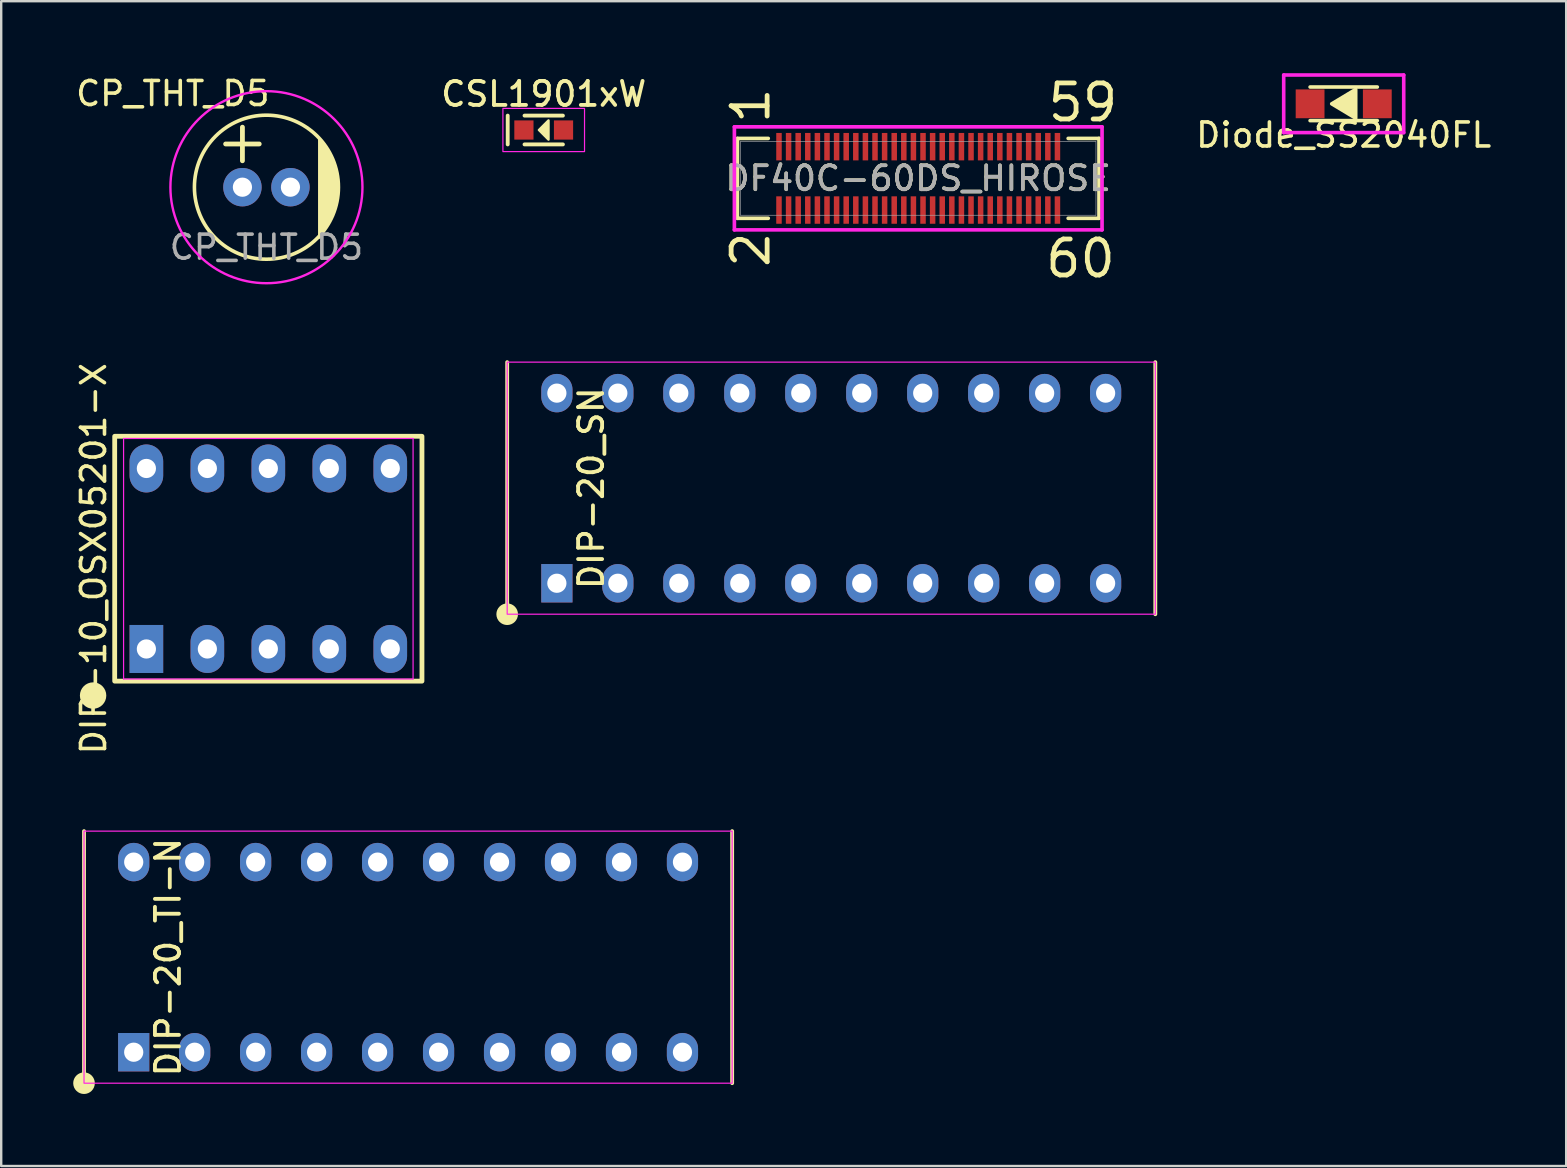
<source format=kicad_pcb>
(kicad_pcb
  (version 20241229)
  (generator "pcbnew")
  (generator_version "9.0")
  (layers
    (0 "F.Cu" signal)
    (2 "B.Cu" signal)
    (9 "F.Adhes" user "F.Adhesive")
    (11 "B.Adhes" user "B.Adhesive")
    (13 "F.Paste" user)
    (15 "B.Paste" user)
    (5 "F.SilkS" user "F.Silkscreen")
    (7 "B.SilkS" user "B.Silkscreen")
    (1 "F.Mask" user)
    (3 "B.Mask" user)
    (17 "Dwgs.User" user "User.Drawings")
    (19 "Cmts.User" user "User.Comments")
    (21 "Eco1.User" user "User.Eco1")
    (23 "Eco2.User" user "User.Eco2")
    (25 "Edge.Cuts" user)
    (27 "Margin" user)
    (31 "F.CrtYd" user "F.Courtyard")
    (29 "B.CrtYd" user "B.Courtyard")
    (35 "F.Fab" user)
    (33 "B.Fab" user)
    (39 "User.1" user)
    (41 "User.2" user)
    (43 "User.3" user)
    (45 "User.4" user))
  (footprint "CP_THT_D5"
    (layer "F.Cu")
    (at 8.049 4.748)
    (property "Reference" "CP_THT_D5" (at -3.9 -3.9 0) (unlocked yes) (layer "F.SilkS") (effects (font (size 1 1) (thickness 0.15))))
    (attr through_hole)
    (fp_line (start -1.7 -1.8) (end -0.3 -1.8) (stroke (width 0.2) (type default)) (layer "F.SilkS"))
    (fp_line (start -1 -2.5) (end -1 -1.1) (stroke (width 0.2) (type default)) (layer "F.SilkS"))
    (fp_circle (center 0 0) (end 3 0) (stroke (width 0.15) (type default)) (fill no) (layer "F.SilkS"))
    (fp_poly (pts (xy 3 0) (xy 2.8 -1) (xy 2.2 -2) (xy 2.2 2.1) (xy 2.8 1)) (stroke (width 0.1) (type solid)) (fill yes) (layer "F.SilkS"))
    (fp_circle (center 0 0) (end 4 0) (stroke (width 0.1) (type default)) (fill no) (layer "F.CrtYd"))
    (fp_text user "${REFERENCE}" (at 0 2.5 0) (unlocked yes) (layer "F.Fab") (effects (font (size 1 1) (thickness 0.15))))
    (pad "1" thru_hole circle (at -1 0) (size 1.6 1.6) (drill 0.8) (layers "*.Cu" "*.Mask"))
    (pad "2" thru_hole circle (at 1 0) (size 1.6 1.6) (drill 0.8) (layers "*.Cu" "*.Mask")))
  (footprint "CSL1901xW"
    (layer "F.Cu")
    (at 19.6 2.366)
    (property "Reference" "CSL1901xW" (at 0 -1.5 0) (unlocked yes) (layer "F.SilkS") (effects (font (size 1 1) (thickness 0.16))))
    (attr smd)
    (fp_line (start -1.5 -0.6) (end -1.5 0.6) (stroke (width 0.16) (type solid)) (layer "F.SilkS"))
    (fp_line (start -0.8 -0.6) (end 0.8 -0.6) (stroke (width 0.16) (type solid)) (layer "F.SilkS"))
    (fp_line (start -0.8 0.6) (end 0.8 0.6) (stroke (width 0.16) (type solid)) (layer "F.SilkS"))
    (fp_poly (pts (xy -0.2 0) (xy 0.2 -0.4) (xy 0.2 0.4)) (stroke (width 0.1) (type solid)) (fill yes) (layer "F.SilkS"))
    (fp_rect (start -1.7 -0.9) (end 1.7 0.9) (stroke (width 0.05) (type solid)) (fill no) (layer "F.CrtYd"))
    (pad "1" smd rect (at -0.825 0) (size 0.8 0.8) (layers "F.Cu" "F.Mask" "F.Paste"))
    (pad "2" smd rect (at 0.825 0) (size 0.8 0.8) (layers "F.Cu" "F.Mask" "F.Paste")))
  (footprint "DF40C-60DS_HIROSE"
    (layer "F.Cu")
    (at 29.401 5.7)
    (property "Reference" "DF40C-60DS_HIROSE" (at 5.8 -1.32 0) (unlocked yes) (layer "F.SilkS") (effects (font (size 1 1) (thickness 0.15))))
    (attr smd)
    (fp_line (start -1.731 -2.984) (end -1.731 0.344) (stroke (width 0.152) (type solid)) (layer "F.SilkS"))
    (fp_line (start -1.731 0.344) (end -0.447 0.344) (stroke (width 0.152) (type solid)) (layer "F.SilkS"))
    (fp_line (start -0.447 -2.984) (end -1.731 -2.984) (stroke (width 0.152) (type solid)) (layer "F.SilkS"))
    (fp_line (start 12.047 0.344) (end 13.331 0.344) (stroke (width 0.152) (type solid)) (layer "F.SilkS"))
    (fp_line (start 13.331 -2.984) (end 12.047 -2.984) (stroke (width 0.152) (type solid)) (layer "F.SilkS"))
    (fp_line (start 13.331 0.344) (end 13.331 -2.984) (stroke (width 0.152) (type solid)) (layer "F.SilkS"))
    (fp_line (start -1.858 -3.466) (end -1.858 0.826) (stroke (width 0.152) (type solid)) (layer "F.CrtYd"))
    (fp_line (start -1.858 0.826) (end 13.458 0.826) (stroke (width 0.152) (type solid)) (layer "F.CrtYd"))
    (fp_line (start 13.458 -3.466) (end -1.858 -3.466) (stroke (width 0.152) (type solid)) (layer "F.CrtYd"))
    (fp_line (start 13.458 0.826) (end 13.458 -3.466) (stroke (width 0.152) (type solid)) (layer "F.CrtYd"))
    (fp_line (start -1.604 -2.857) (end -1.604 0.217) (stroke (width 0.025) (type solid)) (layer "F.Fab"))
    (fp_line (start -1.604 0.217) (end 13.204 0.217) (stroke (width 0.025) (type solid)) (layer "F.Fab"))
    (fp_line (start 13.204 -2.857) (end -1.604 -2.857) (stroke (width 0.025) (type solid)) (layer "F.Fab"))
    (fp_line (start 13.204 0.217) (end 13.204 -2.857) (stroke (width 0.025) (type solid)) (layer "F.Fab"))
    (fp_text user "59" (at 11.1 -3.6 0) (unlocked yes) (layer "F.SilkS") (effects (font (size 1.5 1.5) (thickness 0.2)) (justify left bottom)))
    (fp_text user "60" (at 11 2.9 0) (unlocked yes) (layer "F.SilkS") (effects (font (size 1.5 1.5) (thickness 0.2)) (justify left bottom)))
    (fp_text user "2" (at -0.3 2.5 90) (unlocked yes) (layer "F.SilkS") (effects (font (size 1.5 1.5) (thickness 0.2)) (justify left bottom)))
    (fp_text user "1" (at -0.3 -3.5 90) (unlocked yes) (layer "F.SilkS") (effects (font (size 1.5 1.5) (thickness 0.2)) (justify left bottom)))
    (fp_text user "${REFERENCE}" (at 5.8 -1.32 0) (unlocked yes) (layer "F.Fab") (effects (font (size 1 1) (thickness 0.15))))
    (pad "1" smd rect (at 0 -2.64) (size 0.229 1.143) (layers "F.Cu" "F.Mask" "F.Paste"))
    (pad "2" smd rect (at 0 0) (size 0.229 1.143) (layers "F.Cu" "F.Mask" "F.Paste"))
    (pad "3" smd rect (at 0.4 -2.64) (size 0.229 1.143) (layers "F.Cu" "F.Mask" "F.Paste"))
    (pad "4" smd rect (at 0.4 0) (size 0.229 1.143) (layers "F.Cu" "F.Mask" "F.Paste"))
    (pad "5" smd rect (at 0.8 -2.64) (size 0.229 1.143) (layers "F.Cu" "F.Mask" "F.Paste"))
    (pad "6" smd rect (at 0.8 0) (size 0.229 1.143) (layers "F.Cu" "F.Mask" "F.Paste"))
    (pad "7" smd rect (at 1.2 -2.64) (size 0.229 1.143) (layers "F.Cu" "F.Mask" "F.Paste"))
    (pad "8" smd rect (at 1.2 0) (size 0.229 1.143) (layers "F.Cu" "F.Mask" "F.Paste"))
    (pad "9" smd rect (at 1.6 -2.64) (size 0.229 1.143) (layers "F.Cu" "F.Mask" "F.Paste"))
    (pad "10" smd rect (at 1.6 0) (size 0.229 1.143) (layers "F.Cu" "F.Mask" "F.Paste"))
    (pad "11" smd rect (at 2 -2.64) (size 0.229 1.143) (layers "F.Cu" "F.Mask" "F.Paste"))
    (pad "12" smd rect (at 2 0) (size 0.229 1.143) (layers "F.Cu" "F.Mask" "F.Paste"))
    (pad "13" smd rect (at 2.4 -2.64) (size 0.229 1.143) (layers "F.Cu" "F.Mask" "F.Paste"))
    (pad "14" smd rect (at 2.4 0) (size 0.229 1.143) (layers "F.Cu" "F.Mask" "F.Paste"))
    (pad "15" smd rect (at 2.8 -2.64) (size 0.229 1.143) (layers "F.Cu" "F.Mask" "F.Paste"))
    (pad "16" smd rect (at 2.8 0) (size 0.229 1.143) (layers "F.Cu" "F.Mask" "F.Paste"))
    (pad "17" smd rect (at 3.2 -2.64) (size 0.229 1.143) (layers "F.Cu" "F.Mask" "F.Paste"))
    (pad "18" smd rect (at 3.2 0) (size 0.229 1.143) (layers "F.Cu" "F.Mask" "F.Paste"))
    (pad "19" smd rect (at 3.6 -2.64) (size 0.229 1.143) (layers "F.Cu" "F.Mask" "F.Paste"))
    (pad "20" smd rect (at 3.6 0) (size 0.229 1.143) (layers "F.Cu" "F.Mask" "F.Paste"))
    (pad "21" smd rect (at 4 -2.64) (size 0.229 1.143) (layers "F.Cu" "F.Mask" "F.Paste"))
    (pad "22" smd rect (at 4 0) (size 0.229 1.143) (layers "F.Cu" "F.Mask" "F.Paste"))
    (pad "23" smd rect (at 4.4 -2.64) (size 0.229 1.143) (layers "F.Cu" "F.Mask" "F.Paste"))
    (pad "24" smd rect (at 4.4 0) (size 0.229 1.143) (layers "F.Cu" "F.Mask" "F.Paste"))
    (pad "25" smd rect (at 4.8 -2.64) (size 0.229 1.143) (layers "F.Cu" "F.Mask" "F.Paste"))
    (pad "26" smd rect (at 4.8 0) (size 0.229 1.143) (layers "F.Cu" "F.Mask" "F.Paste"))
    (pad "27" smd rect (at 5.2 -2.64) (size 0.229 1.143) (layers "F.Cu" "F.Mask" "F.Paste"))
    (pad "28" smd rect (at 5.2 0) (size 0.229 1.143) (layers "F.Cu" "F.Mask" "F.Paste"))
    (pad "29" smd rect (at 5.6 -2.64) (size 0.229 1.143) (layers "F.Cu" "F.Mask" "F.Paste"))
    (pad "30" smd rect (at 5.6 0) (size 0.229 1.143) (layers "F.Cu" "F.Mask" "F.Paste"))
    (pad "31" smd rect (at 6 -2.64) (size 0.229 1.143) (layers "F.Cu" "F.Mask" "F.Paste"))
    (pad "32" smd rect (at 6 0) (size 0.229 1.143) (layers "F.Cu" "F.Mask" "F.Paste"))
    (pad "33" smd rect (at 6.4 -2.64) (size 0.229 1.143) (layers "F.Cu" "F.Mask" "F.Paste"))
    (pad "34" smd rect (at 6.4 0) (size 0.229 1.143) (layers "F.Cu" "F.Mask" "F.Paste"))
    (pad "35" smd rect (at 6.8 -2.64) (size 0.229 1.143) (layers "F.Cu" "F.Mask" "F.Paste"))
    (pad "36" smd rect (at 6.8 0) (size 0.229 1.143) (layers "F.Cu" "F.Mask" "F.Paste"))
    (pad "37" smd rect (at 7.2 -2.64) (size 0.229 1.143) (layers "F.Cu" "F.Mask" "F.Paste"))
    (pad "38" smd rect (at 7.2 0) (size 0.229 1.143) (layers "F.Cu" "F.Mask" "F.Paste"))
    (pad "39" smd rect (at 7.6 -2.64) (size 0.229 1.143) (layers "F.Cu" "F.Mask" "F.Paste"))
    (pad "40" smd rect (at 7.6 0) (size 0.229 1.143) (layers "F.Cu" "F.Mask" "F.Paste"))
    (pad "41" smd rect (at 8 -2.64) (size 0.229 1.143) (layers "F.Cu" "F.Mask" "F.Paste"))
    (pad "42" smd rect (at 8 0) (size 0.229 1.143) (layers "F.Cu" "F.Mask" "F.Paste"))
    (pad "43" smd rect (at 8.4 -2.64) (size 0.229 1.143) (layers "F.Cu" "F.Mask" "F.Paste"))
    (pad "44" smd rect (at 8.4 0) (size 0.229 1.143) (layers "F.Cu" "F.Mask" "F.Paste"))
    (pad "45" smd rect (at 8.8 -2.64) (size 0.229 1.143) (layers "F.Cu" "F.Mask" "F.Paste"))
    (pad "46" smd rect (at 8.8 0) (size 0.229 1.143) (layers "F.Cu" "F.Mask" "F.Paste"))
    (pad "47" smd rect (at 9.2 -2.64) (size 0.229 1.143) (layers "F.Cu" "F.Mask" "F.Paste"))
    (pad "48" smd rect (at 9.2 0) (size 0.229 1.143) (layers "F.Cu" "F.Mask" "F.Paste"))
    (pad "49" smd rect (at 9.6 -2.64) (size 0.229 1.143) (layers "F.Cu" "F.Mask" "F.Paste"))
    (pad "50" smd rect (at 9.6 0) (size 0.229 1.143) (layers "F.Cu" "F.Mask" "F.Paste"))
    (pad "51" smd rect (at 10 -2.64) (size 0.229 1.143) (layers "F.Cu" "F.Mask" "F.Paste"))
    (pad "52" smd rect (at 10 0) (size 0.229 1.143) (layers "F.Cu" "F.Mask" "F.Paste"))
    (pad "53" smd rect (at 10.4 -2.64) (size 0.229 1.143) (layers "F.Cu" "F.Mask" "F.Paste"))
    (pad "54" smd rect (at 10.4 0) (size 0.229 1.143) (layers "F.Cu" "F.Mask" "F.Paste"))
    (pad "55" smd rect (at 10.8 -2.64) (size 0.229 1.143) (layers "F.Cu" "F.Mask" "F.Paste"))
    (pad "56" smd rect (at 10.8 0) (size 0.229 1.143) (layers "F.Cu" "F.Mask" "F.Paste"))
    (pad "57" smd rect (at 11.2 -2.64) (size 0.229 1.143) (layers "F.Cu" "F.Mask" "F.Paste"))
    (pad "58" smd rect (at 11.2 0) (size 0.229 1.143) (layers "F.Cu" "F.Mask" "F.Paste"))
    (pad "59" smd rect (at 11.6 -2.64) (size 0.229 1.143) (layers "F.Cu" "F.Mask" "F.Paste"))
    (pad "60" smd rect (at 11.6 0) (size 0.229 1.143) (layers "F.Cu" "F.Mask" "F.Paste")))
  (footprint "DIP-20_TI-N"
    (layer "F.Cu")
    (at 13.95 36.823)
    (property "Reference" "DIP-20_TI-N" (at -10 0 90) (layer "F.SilkS") (effects (font (size 1 1) (thickness 0.16))))
    (attr through_hole)
    (fp_line (start -13.5 -5.25) (end -13.5 5.25) (stroke (width 0.16) (type default)) (layer "F.SilkS"))
    (fp_line (start 13.5 -5.25) (end 13.5 5.25) (stroke (width 0.16) (type default)) (layer "F.SilkS"))
    (fp_circle (center -13.5 5.25) (end -13.1 5.25) (stroke (width 0.1) (type solid)) (fill yes) (layer "F.SilkS"))
    (fp_rect (start -13.5 -5.25) (end 13.5 5.25) (stroke (width 0.05) (type default)) (fill no) (layer "F.CrtYd"))
    (pad "1" thru_hole rect (at -11.43 3.96) (size 1.3 1.6) (drill 0.8) (layers "*.Cu" "*.Mask"))
    (pad "2" thru_hole oval (at -8.89 3.96) (size 1.3 1.6) (drill 0.8) (layers "*.Cu" "*.Mask"))
    (pad "3" thru_hole oval (at -6.35 3.96) (size 1.3 1.6) (drill 0.8) (layers "*.Cu" "*.Mask"))
    (pad "4" thru_hole oval (at -3.81 3.96) (size 1.3 1.6) (drill 0.8) (layers "*.Cu" "*.Mask"))
    (pad "5" thru_hole oval (at -1.27 3.96) (size 1.3 1.6) (drill 0.8) (layers "*.Cu" "*.Mask"))
    (pad "6" thru_hole oval (at 1.27 3.96) (size 1.3 1.6) (drill 0.8) (layers "*.Cu" "*.Mask"))
    (pad "7" thru_hole oval (at 3.81 3.96) (size 1.3 1.6) (drill 0.8) (layers "*.Cu" "*.Mask"))
    (pad "8" thru_hole oval (at 6.35 3.96) (size 1.3 1.6) (drill 0.8) (layers "*.Cu" "*.Mask"))
    (pad "9" thru_hole oval (at 8.89 3.96) (size 1.3 1.6) (drill 0.8) (layers "*.Cu" "*.Mask"))
    (pad "10" thru_hole oval (at 11.43 3.96) (size 1.3 1.6) (drill 0.8) (layers "*.Cu" "*.Mask"))
    (pad "11" thru_hole oval (at 11.43 -3.96) (size 1.3 1.6) (drill 0.8) (layers "*.Cu" "*.Mask"))
    (pad "12" thru_hole oval (at 8.89 -3.96) (size 1.3 1.6) (drill 0.8) (layers "*.Cu" "*.Mask"))
    (pad "13" thru_hole oval (at 6.35 -3.96) (size 1.3 1.6) (drill 0.8) (layers "*.Cu" "*.Mask"))
    (pad "14" thru_hole oval (at 3.81 -3.96) (size 1.3 1.6) (drill 0.8) (layers "*.Cu" "*.Mask"))
    (pad "15" thru_hole oval (at 1.27 -3.96) (size 1.3 1.6) (drill 0.8) (layers "*.Cu" "*.Mask"))
    (pad "16" thru_hole oval (at -1.27 -3.96) (size 1.3 1.6) (drill 0.8) (layers "*.Cu" "*.Mask"))
    (pad "17" thru_hole oval (at -3.81 -3.96) (size 1.3 1.6) (drill 0.8) (layers "*.Cu" "*.Mask"))
    (pad "18" thru_hole oval (at -6.35 -3.96) (size 1.3 1.6) (drill 0.8) (layers "*.Cu" "*.Mask"))
    (pad "19" thru_hole oval (at -8.89 -3.96) (size 1.3 1.6) (drill 0.8) (layers "*.Cu" "*.Mask"))
    (pad "20" thru_hole oval (at -11.43 -3.96) (size 1.3 1.6) (drill 0.8) (layers "*.Cu" "*.Mask")))
  (footprint "DIP-20_SN"
    (layer "F.Cu")
    (at 31.578 17.287)
    (property "Reference" "DIP-20_SN" (at -10 0 90) (layer "F.SilkS") (effects (font (size 1 1) (thickness 0.16))))
    (attr through_hole)
    (fp_line (start -13.5 -5.25) (end -13.5 5.25) (stroke (width 0.16) (type default)) (layer "F.SilkS"))
    (fp_line (start 13.5 -5.25) (end 13.5 5.25) (stroke (width 0.16) (type default)) (layer "F.SilkS"))
    (fp_circle (center -13.5 5.25) (end -13.1 5.25) (stroke (width 0.1) (type solid)) (fill yes) (layer "F.SilkS"))
    (fp_rect (start -13.5 -5.25) (end 13.5 5.25) (stroke (width 0.05) (type default)) (fill no) (layer "F.CrtYd"))
    (pad "1" thru_hole rect (at -11.43 3.96) (size 1.3 1.6) (drill 0.8) (layers "*.Cu" "*.Mask"))
    (pad "2" thru_hole oval (at -8.89 3.96) (size 1.3 1.6) (drill 0.8) (layers "*.Cu" "*.Mask"))
    (pad "3" thru_hole oval (at -6.35 3.96) (size 1.3 1.6) (drill 0.8) (layers "*.Cu" "*.Mask"))
    (pad "4" thru_hole oval (at -3.81 3.96) (size 1.3 1.6) (drill 0.8) (layers "*.Cu" "*.Mask"))
    (pad "5" thru_hole oval (at -1.27 3.96) (size 1.3 1.6) (drill 0.8) (layers "*.Cu" "*.Mask"))
    (pad "6" thru_hole oval (at 1.27 3.96) (size 1.3 1.6) (drill 0.8) (layers "*.Cu" "*.Mask"))
    (pad "7" thru_hole oval (at 3.81 3.96) (size 1.3 1.6) (drill 0.8) (layers "*.Cu" "*.Mask"))
    (pad "8" thru_hole oval (at 6.35 3.96) (size 1.3 1.6) (drill 0.8) (layers "*.Cu" "*.Mask"))
    (pad "9" thru_hole oval (at 8.89 3.96) (size 1.3 1.6) (drill 0.8) (layers "*.Cu" "*.Mask"))
    (pad "10" thru_hole oval (at 11.43 3.96) (size 1.3 1.6) (drill 0.8) (layers "*.Cu" "*.Mask"))
    (pad "11" thru_hole oval (at 11.43 -3.96) (size 1.3 1.6) (drill 0.8) (layers "*.Cu" "*.Mask"))
    (pad "12" thru_hole oval (at 8.89 -3.96) (size 1.3 1.6) (drill 0.8) (layers "*.Cu" "*.Mask"))
    (pad "13" thru_hole oval (at 6.35 -3.96) (size 1.3 1.6) (drill 0.8) (layers "*.Cu" "*.Mask"))
    (pad "14" thru_hole oval (at 3.81 -3.96) (size 1.3 1.6) (drill 0.8) (layers "*.Cu" "*.Mask"))
    (pad "15" thru_hole oval (at 1.27 -3.96) (size 1.3 1.6) (drill 0.8) (layers "*.Cu" "*.Mask"))
    (pad "16" thru_hole oval (at -1.27 -3.96) (size 1.3 1.6) (drill 0.8) (layers "*.Cu" "*.Mask"))
    (pad "17" thru_hole oval (at -3.81 -3.96) (size 1.3 1.6) (drill 0.8) (layers "*.Cu" "*.Mask"))
    (pad "18" thru_hole oval (at -6.35 -3.96) (size 1.3 1.6) (drill 0.8) (layers "*.Cu" "*.Mask"))
    (pad "19" thru_hole oval (at -8.89 -3.96) (size 1.3 1.6) (drill 0.8) (layers "*.Cu" "*.Mask"))
    (pad "20" thru_hole oval (at -11.43 -3.96) (size 1.3 1.6) (drill 0.8) (layers "*.Cu" "*.Mask")))
  (footprint "Diode_SS2040FL"
    (layer "F.Cu")
    (at 52.926 1.275)
    (property "Reference" "Diode_SS2040FL" (at 0 1.3 0) (layer "F.SilkS") (effects (font (size 1 1) (thickness 0.15))))
    (attr smd)
    (fp_line (start -1.4 -0.7) (end 1.4 -0.7) (stroke (width 0.15) (type solid)) (layer "F.SilkS"))
    (fp_line (start 1.4 0.7) (end -1.4 0.7) (stroke (width 0.15) (type solid)) (layer "F.SilkS"))
    (fp_poly (pts (xy -0.5 0) (xy 0.5 -0.6) (xy 0.5 0.6)) (stroke (width 0.15) (type solid)) (fill yes) (layer "F.SilkS"))
    (fp_line (start -2.5 -1.2) (end 2.5 -1.2) (stroke (width 0.15) (type solid)) (layer "F.CrtYd"))
    (fp_line (start -2.5 1.2) (end -2.5 -1.2) (stroke (width 0.15) (type solid)) (layer "F.CrtYd"))
    (fp_line (start 2.5 -1.2) (end 2.5 1.2) (stroke (width 0.15) (type solid)) (layer "F.CrtYd"))
    (fp_line (start 2.5 1.2) (end -2.5 1.2) (stroke (width 0.15) (type solid)) (layer "F.CrtYd"))
    (pad "1" smd rect (at -1.4 0) (size 1.2 1.2) (layers "F.Cu" "F.Mask" "F.Paste"))
    (pad "2" smd rect (at 1.4 0) (size 1.2 1.2) (layers "F.Cu" "F.Mask" "F.Paste")))
  (footprint "DIP-10_OSX05201-X"
    (layer "F.Cu")
    (at 8.128 20.225)
    (property "Reference" "DIP-10_OSX05201-X" (at -7.28 0 90) (layer "F.SilkS") (effects (font (size 1 1) (thickness 0.15))))
    (attr through_hole)
    (fp_rect (start -6.4 -5.1) (end 6.4 5.1) (stroke (width 0.2) (type solid)) (fill no) (layer "F.SilkS"))
    (fp_circle (center -7.3 5.7) (end -6.8 5.7) (stroke (width 0.1) (type solid)) (fill yes) (layer "F.SilkS"))
    (fp_line (start -6.03 -5.01) (end 6.03 -5.01) (stroke (width 0.05) (type default)) (layer "F.CrtYd"))
    (fp_line (start -6.03 5.01) (end -6.03 -5.01) (stroke (width 0.05) (type default)) (layer "F.CrtYd"))
    (fp_line (start 6.03 -5.01) (end 6.03 5.01) (stroke (width 0.05) (type default)) (layer "F.CrtYd"))
    (fp_line (start 6.03 5.01) (end -6.03 5.01) (stroke (width 0.05) (type default)) (layer "F.CrtYd"))
    (pad "1" thru_hole rect (at -5.08 3.76) (size 1.4 2) (drill 0.8) (layers "*.Cu" "*.Mask"))
    (pad "2" thru_hole oval (at -2.54 3.76) (size 1.4 2) (drill 0.8) (layers "*.Cu" "*.Mask"))
    (pad "3" thru_hole oval (at 0 3.76) (size 1.4 2) (drill 0.8) (layers "*.Cu" "*.Mask"))
    (pad "4" thru_hole oval (at 2.54 3.76) (size 1.4 2) (drill 0.8) (layers "*.Cu" "*.Mask"))
    (pad "5" thru_hole oval (at 5.08 3.76) (size 1.4 2) (drill 0.8) (layers "*.Cu" "*.Mask"))
    (pad "6" thru_hole oval (at 5.08 -3.76) (size 1.4 2) (drill 0.8) (layers "*.Cu" "*.Mask"))
    (pad "7" thru_hole oval (at 2.54 -3.76) (size 1.4 2) (drill 0.8) (layers "*.Cu" "*.Mask"))
    (pad "8" thru_hole oval (at 0 -3.76) (size 1.4 2) (drill 0.8) (layers "*.Cu" "*.Mask"))
    (pad "9" thru_hole oval (at -2.54 -3.76) (size 1.4 2) (drill 0.8) (layers "*.Cu" "*.Mask"))
    (pad "10" thru_hole oval (at -5.08 -3.76) (size 1.4 2) (drill 0.8) (layers "*.Cu" "*.Mask")))
  (gr_rect
    (start -3 -3)
    (end 62.194 45.523)
    (stroke (width 0.1) (type default))
    (fill no)
    (layer "Edge.Cuts")))
</source>
